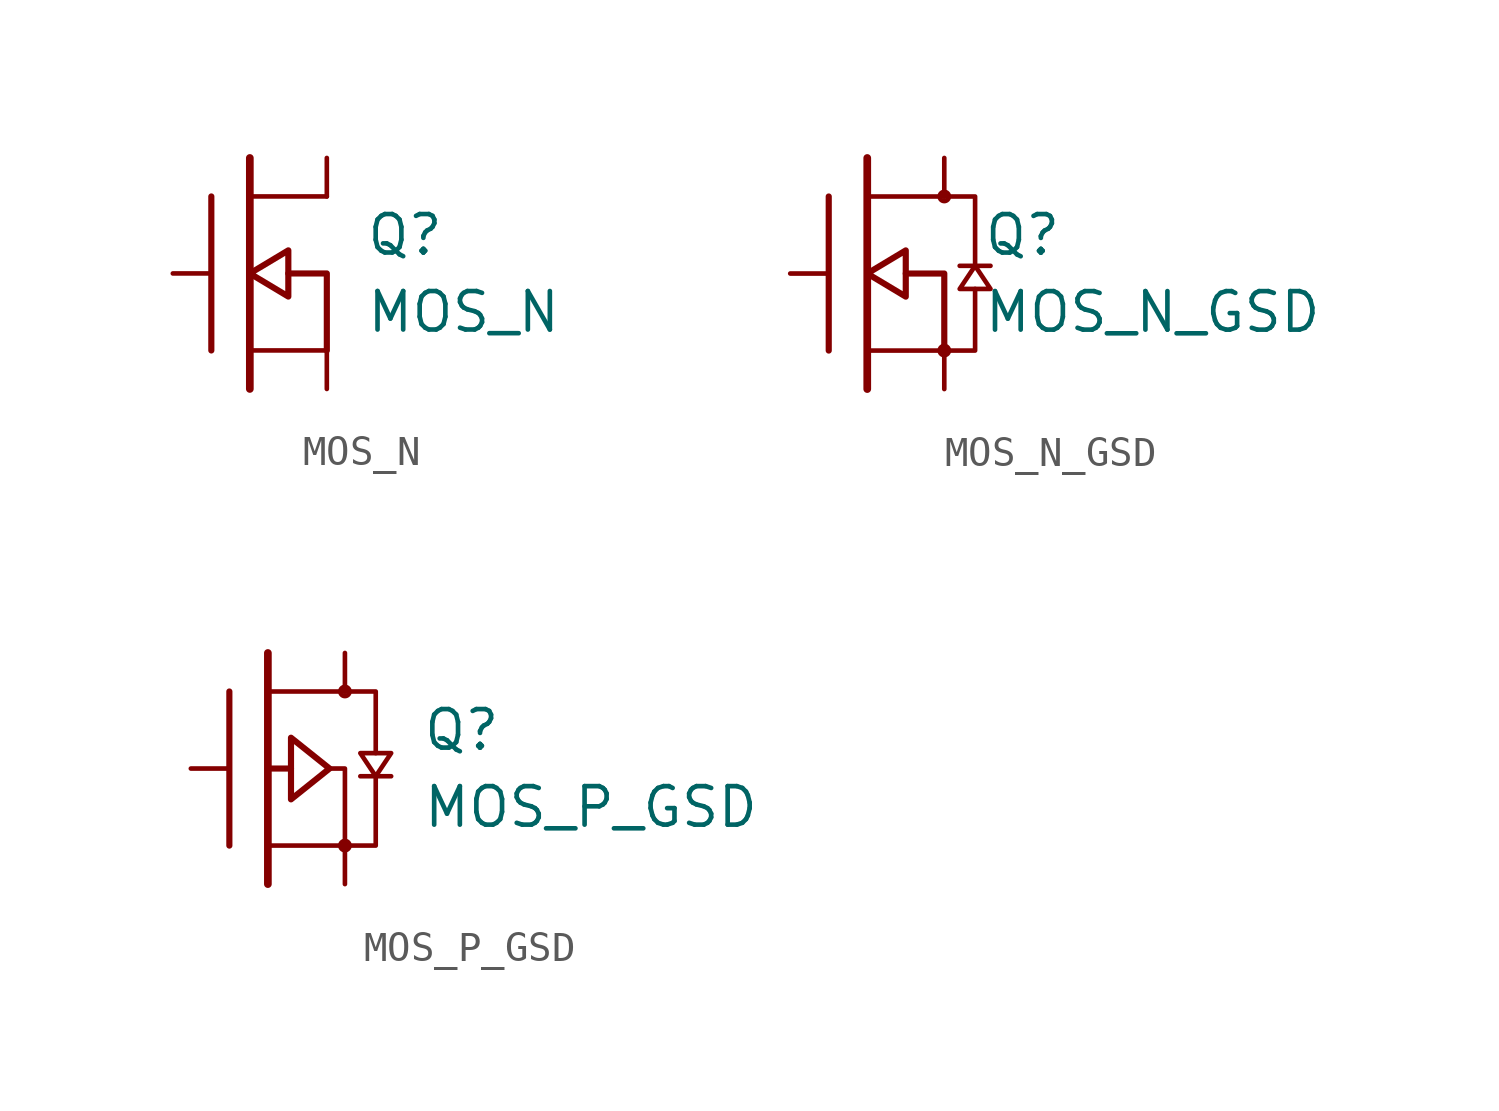
<source format=kicad_sym>
(kicad_symbol_lib
  (version 20211014)
  (generator kicad_symbol_editor)
  (symbol "MOS_N"
    (pin_numbers hide)
    (pin_names
      (offset 0) hide)
    (property "Reference" "Q"
      (at 3.81 1.27 0)
      (effects (font (size 1.27 1.27)) (justify left)))
    (property "Value" "MOS_N"
      (at 3.81 -1.27 0)
      (effects (font (size 1.27 1.27)) (justify left)))
    (symbol "MOS_N_0_1"
      (polyline (pts (xy -1.27 -2.54) (xy -1.27 2.54)) (stroke (width 0.203) (type default) (color 0 0 0 0)) (fill (type none)))
      (polyline (pts (xy 0 -3.81) (xy 0 3.81)) (stroke (width 0.254) (type default) (color 0 0 0 0)) (fill (type none)))
      (polyline (pts (xy 2.54 -2.54) (xy 0 -2.54)) (stroke (width 0) (type default) (color 0 0 0 0)) (fill (type none)))
      (polyline (pts (xy 2.54 2.54) (xy 0 2.54)) (stroke (width 0) (type default) (color 0 0 0 0)) (fill (type none)))
      (polyline (pts (xy 2.54 -2.54) (xy 2.54 0) (xy 1.27 0)) (stroke (width 0.203) (type default) (color 0 0 0 0)) (fill (type none)))
      (polyline (pts (xy 1.27 0.762) (xy 1.27 -0.762) (xy 0 0) (xy 1.27 0.762) (xy 1.27 0.762)) (stroke (width 0.203) (type default) (color 0 0 0 0)) (fill (type none))))
    (symbol "MOS_N_1_1"
      (pin passive line (at 2.54 3.81 270) (length 1.27) (name "D" (effects (font (size 1.27 1.27)))) (number "D" (effects (font (size 1.27 1.27)))))
      (pin input line (at -2.54 0 0) (length 1.27) (name "G" (effects (font (size 1.27 1.27)))) (number "G" (effects (font (size 1.27 1.27)))))
      (pin passive line (at 2.54 -3.81 90) (length 1.27) (name "S" (effects (font (size 1.27 1.27)))) (number "S" (effects (font (size 1.27 1.27)))))))
  (symbol "MOS_N_GSD"
    (pin_numbers hide)
    (pin_names
      (offset 0) hide)
    (property "Reference" "Q"
      (at 3.81 1.27 0)
      (effects (font (size 1.27 1.27)) (justify left)))
    (property "Value" "MOS_N_GSD"
      (at 3.81 -1.27 0)
      (effects (font (size 1.27 1.27)) (justify left)))
    (symbol "MOS_N_GSD_0_1"
      (polyline (pts (xy -1.27 -2.54) (xy -1.27 2.54)) (stroke (width 0.203) (type default) (color 0 0 0 0)) (fill (type none)))
      (polyline (pts (xy 0 -3.81) (xy 0 3.81)) (stroke (width 0.254) (type default) (color 0 0 0 0)) (fill (type none)))
      (polyline (pts (xy 2.54 -2.54) (xy 0 -2.54)) (stroke (width 0) (type default) (color 0 0 0 0)) (fill (type none)))
      (polyline (pts (xy 2.54 2.54) (xy 0 2.54)) (stroke (width 0) (type default) (color 0 0 0 0)) (fill (type none)))
      (polyline (pts (xy 2.54 -2.54) (xy 2.54 0) (xy 1.27 0)) (stroke (width 0.203) (type default) (color 0 0 0 0)) (fill (type none)))
      (polyline (pts (xy 1.27 0.762) (xy 1.27 -0.762) (xy 0 0) (xy 1.27 0.762) (xy 1.27 0.762)) (stroke (width 0.203) (type default) (color 0 0 0 0)) (fill (type none)))
      (circle (center 2.54 -2.54) (radius 0.152) (stroke (width 0) (type default) (color 0 0 0 0)) (fill (type none)))
      (circle (center 2.54 2.54) (radius 0.152) (stroke (width 0) (type default) (color 0 0 0 0)) (fill (type none))))
    (symbol "MOS_N_GSD_1_1"
      (polyline (pts (xy 3.048 0.254) (xy 4.064 0.254)) (stroke (width 0) (type default) (color 0 0 0 0)) (fill (type none)))
      (polyline (pts (xy 2.54 -2.54) (xy 3.556 -2.54) (xy 3.556 -0.508)) (stroke (width 0) (type default) (color 0 0 0 0)) (fill (type none)))
      (polyline (pts (xy 3.556 0.254) (xy 3.556 2.54) (xy 2.54 2.54)) (stroke (width 0) (type default) (color 0 0 0 0)) (fill (type none)))
      (polyline (pts (xy 3.048 -0.508) (xy 4.064 -0.508) (xy 3.556 0.254) (xy 3.048 -0.508)) (stroke (width 0) (type default) (color 0 0 0 0)) (fill (type none)))
      (pin input line (at -2.54 0 0) (length 1.27) (name "G" (effects (font (size 1.27 1.27)))) (number "1" (effects (font (size 1.27 1.27)))))
      (pin passive line (at 2.54 -3.81 90) (length 1.27) (name "S" (effects (font (size 1.27 1.27)))) (number "2" (effects (font (size 1.27 1.27)))))
      (pin passive line (at 2.54 3.81 270) (length 1.27) (name "D" (effects (font (size 1.27 1.27)))) (number "3" (effects (font (size 1.27 1.27)))))))
  (symbol "MOS_P_GSD"
    (pin_numbers hide)
    (pin_names
      (offset 0) hide)
    (property "Reference" "Q"
      (at 5.08 1.27 0)
      (effects (font (size 1.27 1.27)) (justify left)))
    (property "Value" "MOS_P_GSD"
      (at 5.08 -1.27 0)
      (effects (font (size 1.27 1.27)) (justify left)))
    (symbol "MOS_P_GSD_0_1"
      (polyline (pts (xy -1.27 -2.54) (xy -1.27 2.54)) (stroke (width 0.203) (type default) (color 0 0 0 0)) (fill (type none)))
      (polyline (pts (xy 0 -3.81) (xy 0 3.81)) (stroke (width 0.254) (type default) (color 0 0 0 0)) (fill (type none)))
      (polyline (pts (xy 0.762 0) (xy 0 0)) (stroke (width 0.203) (type default) (color 0 0 0 0)) (fill (type none)))
      (polyline (pts (xy 2.54 -2.54) (xy 0 -2.54)) (stroke (width 0) (type default) (color 0 0 0 0)) (fill (type none)))
      (polyline (pts (xy 2.54 2.54) (xy 0 2.54)) (stroke (width 0) (type default) (color 0 0 0 0)) (fill (type none)))
      (polyline (pts (xy 3.048 -0.254) (xy 4.064 -0.254)) (stroke (width 0) (type default) (color 0 0 0 0)) (fill (type none)))
      (polyline (pts (xy 2.032 0) (xy 2.54 0) (xy 2.54 -2.54)) (stroke (width 0) (type default) (color 0 0 0 0)) (fill (type none)))
      (polyline (pts (xy 2.54 2.54) (xy 3.556 2.54) (xy 3.556 0.508)) (stroke (width 0) (type default) (color 0 0 0 0)) (fill (type none)))
      (polyline (pts (xy 3.556 -0.254) (xy 3.556 -2.54) (xy 2.54 -2.54)) (stroke (width 0) (type default) (color 0 0 0 0)) (fill (type none)))
      (polyline (pts (xy 3.048 0.508) (xy 4.064 0.508) (xy 3.556 -0.254) (xy 3.048 0.508)) (stroke (width 0) (type default) (color 0 0 0 0)) (fill (type none)))
      (polyline (pts (xy 0.762 1.016) (xy 0.762 -1.016) (xy 2.032 0) (xy 0.762 1.016) (xy 0.762 1.016)) (stroke (width 0.203) (type default) (color 0 0 0 0)) (fill (type none)))
      (circle (center 2.54 -2.54) (radius 0.152) (stroke (width 0) (type default) (color 0 0 0 0)) (fill (type none)))
      (circle (center 2.54 2.54) (radius 0.152) (stroke (width 0) (type default) (color 0 0 0 0)) (fill (type none))))
    (symbol "MOS_P_GSD_1_1"
      (pin input line (at -2.54 0 0) (length 1.27) (name "G" (effects (font (size 1.27 1.27)))) (number "1" (effects (font (size 1.27 1.27)))))
      (pin passive line (at 2.54 -3.81 90) (length 1.27) (name "S" (effects (font (size 1.27 1.27)))) (number "2" (effects (font (size 1.27 1.27)))))
      (pin passive line (at 2.54 3.81 270) (length 1.27) (name "D" (effects (font (size 1.27 1.27)))) (number "3" (effects (font (size 1.27 1.27))))))))
</source>
